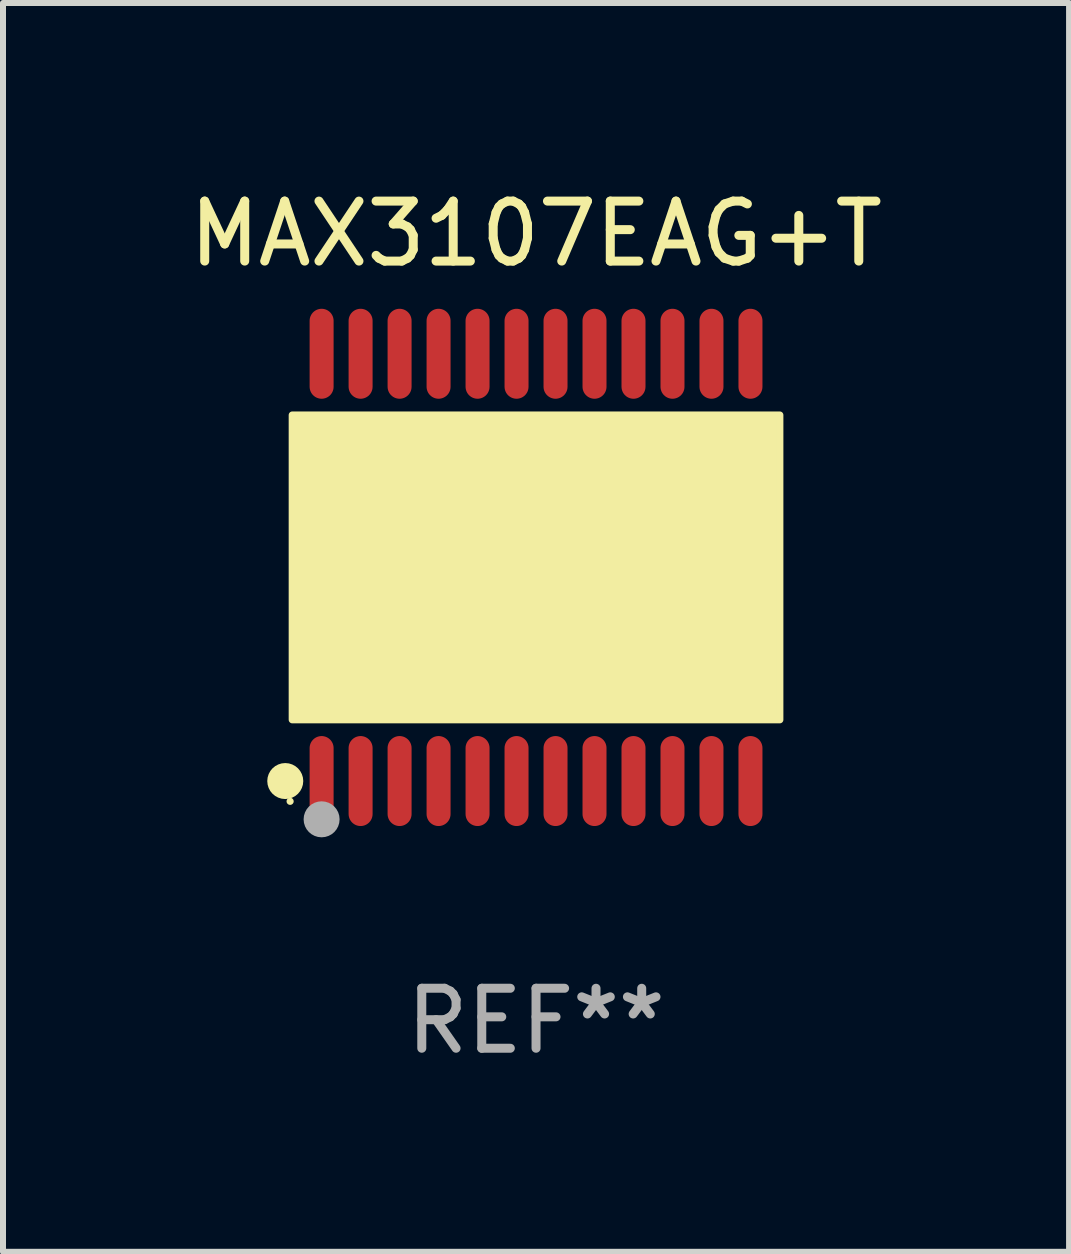
<source format=kicad_pcb>
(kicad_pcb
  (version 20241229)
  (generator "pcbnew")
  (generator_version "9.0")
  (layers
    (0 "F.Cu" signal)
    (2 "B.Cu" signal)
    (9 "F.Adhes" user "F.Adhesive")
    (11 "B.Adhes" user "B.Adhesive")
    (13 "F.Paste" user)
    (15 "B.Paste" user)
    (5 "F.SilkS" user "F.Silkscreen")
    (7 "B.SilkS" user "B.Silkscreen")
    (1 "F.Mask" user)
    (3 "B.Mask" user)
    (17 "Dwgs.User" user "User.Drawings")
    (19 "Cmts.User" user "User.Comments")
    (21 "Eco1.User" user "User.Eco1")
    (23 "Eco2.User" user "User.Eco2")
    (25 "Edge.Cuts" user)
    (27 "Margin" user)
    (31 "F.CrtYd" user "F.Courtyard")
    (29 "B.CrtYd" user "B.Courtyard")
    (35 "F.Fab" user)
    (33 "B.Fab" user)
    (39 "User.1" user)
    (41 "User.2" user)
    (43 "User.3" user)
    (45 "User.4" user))
  (footprint "MAX3107EAG+T"
    (layer "F.Cu")
    (at 5.887 6.41)
    (property "Reference" "MAX3107EAG+T" (at 0 -5.562 0) (layer "F.SilkS") (effects (font (size 1 1) (thickness 0.15))))
    (attr through_hole)
    (fp_circle (center -4.181 3.562) (end -4.031 3.562) (stroke (width 0.3) (type solid)) (fill no) (layer "F.SilkS"))
    (fp_circle (center -4.1 3.9) (end -4.07 3.9) (stroke (width 0.06) (type solid)) (fill no) (layer "F.SilkS"))
    (fp_circle (center -3.575 1.819) (end -3.425 1.819) (stroke (width 0.3) (type solid)) (fill no) (layer "F.SilkS"))
    (fp_poly (pts (xy -4.064 -2.54) (xy 4.064 -2.54) (xy 4.064 2.54) (xy -4.064 2.54)) (stroke (width 0.12) (type solid)) (fill yes) (layer "F.SilkS"))
    (fp_circle (center -3.575 4.2) (end -3.425 4.2) (stroke (width 0.3) (type solid)) (fill no) (layer "F.Fab"))
    (fp_text user "REF**" (at 0 7.562 0) (layer "F.Fab") (effects (font (size 1 1) (thickness 0.15))))
    (pad "1" smd oval (at -3.575 3.562) (size 0.4 1.5) (layers "F.Cu" "F.Mask" "F.Paste"))
    (pad "2" smd oval (at -2.925 3.562) (size 0.4 1.5) (layers "F.Cu" "F.Mask" "F.Paste"))
    (pad "3" smd oval (at -2.275 3.562) (size 0.4 1.5) (layers "F.Cu" "F.Mask" "F.Paste"))
    (pad "4" smd oval (at -1.625 3.562) (size 0.4 1.5) (layers "F.Cu" "F.Mask" "F.Paste"))
    (pad "5" smd oval (at -0.975 3.562) (size 0.4 1.5) (layers "F.Cu" "F.Mask" "F.Paste"))
    (pad "6" smd oval (at -0.325 3.562) (size 0.4 1.5) (layers "F.Cu" "F.Mask" "F.Paste"))
    (pad "7" smd oval (at 0.325 3.562) (size 0.4 1.5) (layers "F.Cu" "F.Mask" "F.Paste"))
    (pad "8" smd oval (at 0.975 3.562) (size 0.4 1.5) (layers "F.Cu" "F.Mask" "F.Paste"))
    (pad "9" smd oval (at 1.625 3.562) (size 0.4 1.5) (layers "F.Cu" "F.Mask" "F.Paste"))
    (pad "10" smd oval (at 2.275 3.562) (size 0.4 1.5) (layers "F.Cu" "F.Mask" "F.Paste"))
    (pad "11" smd oval (at 2.925 3.562) (size 0.4 1.5) (layers "F.Cu" "F.Mask" "F.Paste"))
    (pad "12" smd oval (at 3.575 3.562) (size 0.4 1.5) (layers "F.Cu" "F.Mask" "F.Paste"))
    (pad "13" smd oval (at 3.575 -3.562) (size 0.4 1.5) (layers "F.Cu" "F.Mask" "F.Paste"))
    (pad "14" smd oval (at 2.925 -3.562) (size 0.4 1.5) (layers "F.Cu" "F.Mask" "F.Paste"))
    (pad "15" smd oval (at 2.275 -3.562) (size 0.4 1.5) (layers "F.Cu" "F.Mask" "F.Paste"))
    (pad "16" smd oval (at 1.625 -3.562) (size 0.4 1.5) (layers "F.Cu" "F.Mask" "F.Paste"))
    (pad "17" smd oval (at 0.975 -3.562) (size 0.4 1.5) (layers "F.Cu" "F.Mask" "F.Paste"))
    (pad "18" smd oval (at 0.325 -3.562) (size 0.4 1.5) (layers "F.Cu" "F.Mask" "F.Paste"))
    (pad "19" smd oval (at -0.325 -3.562) (size 0.4 1.5) (layers "F.Cu" "F.Mask" "F.Paste"))
    (pad "20" smd oval (at -0.975 -3.562) (size 0.4 1.5) (layers "F.Cu" "F.Mask" "F.Paste"))
    (pad "21" smd oval (at -1.625 -3.562) (size 0.4 1.5) (layers "F.Cu" "F.Mask" "F.Paste"))
    (pad "22" smd oval (at -2.275 -3.562) (size 0.4 1.5) (layers "F.Cu" "F.Mask" "F.Paste"))
    (pad "23" smd oval (at -2.925 -3.562) (size 0.4 1.5) (layers "F.Cu" "F.Mask" "F.Paste"))
    (pad "24" smd oval (at -3.575 -3.562) (size 0.4 1.5) (layers "F.Cu" "F.Mask" "F.Paste")))
  (gr_rect
    (start -3 -3)
    (end 14.774 17.821)
    (stroke (width 0.1) (type default))
    (fill no)
    (layer "Edge.Cuts")))
</source>
